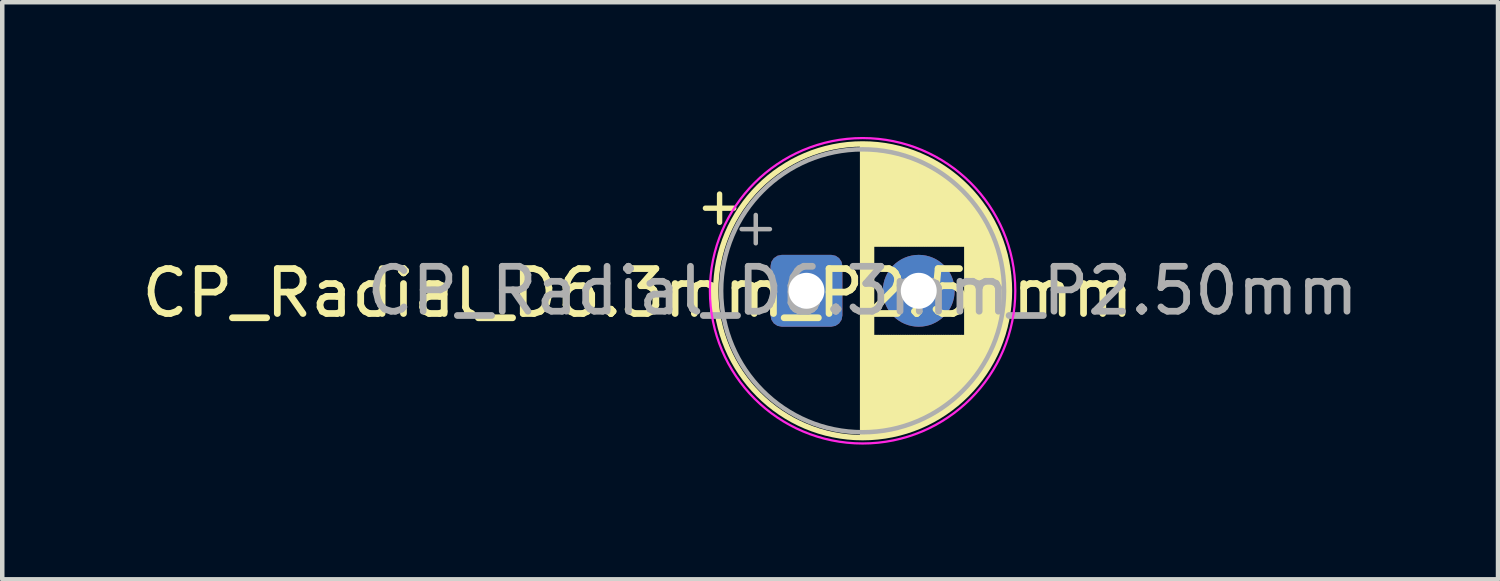
<source format=kicad_pcb>
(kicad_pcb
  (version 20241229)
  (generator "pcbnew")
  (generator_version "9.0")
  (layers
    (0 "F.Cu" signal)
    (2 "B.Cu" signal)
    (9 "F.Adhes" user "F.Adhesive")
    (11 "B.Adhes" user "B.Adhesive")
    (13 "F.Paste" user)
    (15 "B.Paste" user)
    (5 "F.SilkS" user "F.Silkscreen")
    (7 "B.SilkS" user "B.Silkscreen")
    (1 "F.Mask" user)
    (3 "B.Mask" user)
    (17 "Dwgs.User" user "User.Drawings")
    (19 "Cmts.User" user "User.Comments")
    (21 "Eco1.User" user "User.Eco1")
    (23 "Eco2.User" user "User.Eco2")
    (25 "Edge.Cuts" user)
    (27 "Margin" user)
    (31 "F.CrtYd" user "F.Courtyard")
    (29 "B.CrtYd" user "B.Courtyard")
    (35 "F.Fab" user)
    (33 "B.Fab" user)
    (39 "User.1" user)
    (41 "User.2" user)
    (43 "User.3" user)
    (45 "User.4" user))
  (footprint "CP_Radial_D6.3mm_P2.50mm"
    (layer "F.Cu")
    (at 14.908 3.425)
    (property "Reference" "CP_Radial_D6.3mm_P2.50mm" (at -3.759 0.051 0) (layer "F.SilkS") (effects (font (size 1 1) (thickness 0.15))))
    (attr through_hole)
    (fp_line (start -2.25 -1.839) (end -1.62 -1.839) (stroke (width 0.12) (type solid)) (layer "F.SilkS"))
    (fp_line (start -1.935 -2.154) (end -1.935 -1.524) (stroke (width 0.12) (type solid)) (layer "F.SilkS"))
    (fp_line (start 1.25 -3.23) (end 1.25 3.23) (stroke (width 0.12) (type solid)) (layer "F.SilkS"))
    (fp_line (start 1.29 -3.23) (end 1.29 3.23) (stroke (width 0.12) (type solid)) (layer "F.SilkS"))
    (fp_line (start 1.33 -3.229) (end 1.33 3.229) (stroke (width 0.12) (type solid)) (layer "F.SilkS"))
    (fp_line (start 1.37 -3.228) (end 1.37 3.228) (stroke (width 0.12) (type solid)) (layer "F.SilkS"))
    (fp_line (start 1.41 -3.226) (end 1.41 3.226) (stroke (width 0.12) (type solid)) (layer "F.SilkS"))
    (fp_line (start 1.45 -3.224) (end 1.45 3.224) (stroke (width 0.12) (type solid)) (layer "F.SilkS"))
    (fp_line (start 1.49 -3.221) (end 1.49 -1.04) (stroke (width 0.12) (type solid)) (layer "F.SilkS"))
    (fp_line (start 1.49 1.04) (end 1.49 3.221) (stroke (width 0.12) (type solid)) (layer "F.SilkS"))
    (fp_line (start 1.53 -3.218) (end 1.53 -1.04) (stroke (width 0.12) (type solid)) (layer "F.SilkS"))
    (fp_line (start 1.53 1.04) (end 1.53 3.218) (stroke (width 0.12) (type solid)) (layer "F.SilkS"))
    (fp_line (start 1.57 -3.214) (end 1.57 -1.04) (stroke (width 0.12) (type solid)) (layer "F.SilkS"))
    (fp_line (start 1.57 1.04) (end 1.57 3.214) (stroke (width 0.12) (type solid)) (layer "F.SilkS"))
    (fp_line (start 1.61 -3.21) (end 1.61 -1.04) (stroke (width 0.12) (type solid)) (layer "F.SilkS"))
    (fp_line (start 1.61 1.04) (end 1.61 3.21) (stroke (width 0.12) (type solid)) (layer "F.SilkS"))
    (fp_line (start 1.65 -3.205) (end 1.65 -1.04) (stroke (width 0.12) (type solid)) (layer "F.SilkS"))
    (fp_line (start 1.65 1.04) (end 1.65 3.205) (stroke (width 0.12) (type solid)) (layer "F.SilkS"))
    (fp_line (start 1.69 -3.2) (end 1.69 -1.04) (stroke (width 0.12) (type solid)) (layer "F.SilkS"))
    (fp_line (start 1.69 1.04) (end 1.69 3.2) (stroke (width 0.12) (type solid)) (layer "F.SilkS"))
    (fp_line (start 1.73 -3.195) (end 1.73 -1.04) (stroke (width 0.12) (type solid)) (layer "F.SilkS"))
    (fp_line (start 1.73 1.04) (end 1.73 3.195) (stroke (width 0.12) (type solid)) (layer "F.SilkS"))
    (fp_line (start 1.77 -3.188) (end 1.77 -1.04) (stroke (width 0.12) (type solid)) (layer "F.SilkS"))
    (fp_line (start 1.77 1.04) (end 1.77 3.188) (stroke (width 0.12) (type solid)) (layer "F.SilkS"))
    (fp_line (start 1.81 -3.182) (end 1.81 -1.04) (stroke (width 0.12) (type solid)) (layer "F.SilkS"))
    (fp_line (start 1.81 1.04) (end 1.81 3.182) (stroke (width 0.12) (type solid)) (layer "F.SilkS"))
    (fp_line (start 1.85 -3.174) (end 1.85 -1.04) (stroke (width 0.12) (type solid)) (layer "F.SilkS"))
    (fp_line (start 1.85 1.04) (end 1.85 3.174) (stroke (width 0.12) (type solid)) (layer "F.SilkS"))
    (fp_line (start 1.89 -3.167) (end 1.89 -1.04) (stroke (width 0.12) (type solid)) (layer "F.SilkS"))
    (fp_line (start 1.89 1.04) (end 1.89 3.167) (stroke (width 0.12) (type solid)) (layer "F.SilkS"))
    (fp_line (start 1.93 -3.159) (end 1.93 -1.04) (stroke (width 0.12) (type solid)) (layer "F.SilkS"))
    (fp_line (start 1.93 1.04) (end 1.93 3.159) (stroke (width 0.12) (type solid)) (layer "F.SilkS"))
    (fp_line (start 1.97 -3.15) (end 1.97 -1.04) (stroke (width 0.12) (type solid)) (layer "F.SilkS"))
    (fp_line (start 1.97 1.04) (end 1.97 3.15) (stroke (width 0.12) (type solid)) (layer "F.SilkS"))
    (fp_line (start 2.01 -3.14) (end 2.01 -1.04) (stroke (width 0.12) (type solid)) (layer "F.SilkS"))
    (fp_line (start 2.01 1.04) (end 2.01 3.14) (stroke (width 0.12) (type solid)) (layer "F.SilkS"))
    (fp_line (start 2.05 -3.131) (end 2.05 -1.04) (stroke (width 0.12) (type solid)) (layer "F.SilkS"))
    (fp_line (start 2.05 1.04) (end 2.05 3.131) (stroke (width 0.12) (type solid)) (layer "F.SilkS"))
    (fp_line (start 2.09 -3.12) (end 2.09 -1.04) (stroke (width 0.12) (type solid)) (layer "F.SilkS"))
    (fp_line (start 2.09 1.04) (end 2.09 3.12) (stroke (width 0.12) (type solid)) (layer "F.SilkS"))
    (fp_line (start 2.13 -3.109) (end 2.13 -1.04) (stroke (width 0.12) (type solid)) (layer "F.SilkS"))
    (fp_line (start 2.13 1.04) (end 2.13 3.109) (stroke (width 0.12) (type solid)) (layer "F.SilkS"))
    (fp_line (start 2.17 -3.098) (end 2.17 -1.04) (stroke (width 0.12) (type solid)) (layer "F.SilkS"))
    (fp_line (start 2.17 1.04) (end 2.17 3.098) (stroke (width 0.12) (type solid)) (layer "F.SilkS"))
    (fp_line (start 2.21 -3.086) (end 2.21 -1.04) (stroke (width 0.12) (type solid)) (layer "F.SilkS"))
    (fp_line (start 2.21 1.04) (end 2.21 3.086) (stroke (width 0.12) (type solid)) (layer "F.SilkS"))
    (fp_line (start 2.25 -3.073) (end 2.25 -1.04) (stroke (width 0.12) (type solid)) (layer "F.SilkS"))
    (fp_line (start 2.25 1.04) (end 2.25 3.073) (stroke (width 0.12) (type solid)) (layer "F.SilkS"))
    (fp_line (start 2.29 -3.06) (end 2.29 -1.04) (stroke (width 0.12) (type solid)) (layer "F.SilkS"))
    (fp_line (start 2.29 1.04) (end 2.29 3.06) (stroke (width 0.12) (type solid)) (layer "F.SilkS"))
    (fp_line (start 2.33 -3.047) (end 2.33 -1.04) (stroke (width 0.12) (type solid)) (layer "F.SilkS"))
    (fp_line (start 2.33 1.04) (end 2.33 3.047) (stroke (width 0.12) (type solid)) (layer "F.SilkS"))
    (fp_line (start 2.37 -3.032) (end 2.37 -1.04) (stroke (width 0.12) (type solid)) (layer "F.SilkS"))
    (fp_line (start 2.37 1.04) (end 2.37 3.032) (stroke (width 0.12) (type solid)) (layer "F.SilkS"))
    (fp_line (start 2.41 -3.017) (end 2.41 -1.04) (stroke (width 0.12) (type solid)) (layer "F.SilkS"))
    (fp_line (start 2.41 1.04) (end 2.41 3.017) (stroke (width 0.12) (type solid)) (layer "F.SilkS"))
    (fp_line (start 2.45 -3.002) (end 2.45 -1.04) (stroke (width 0.12) (type solid)) (layer "F.SilkS"))
    (fp_line (start 2.45 1.04) (end 2.45 3.002) (stroke (width 0.12) (type solid)) (layer "F.SilkS"))
    (fp_line (start 2.49 -2.986) (end 2.49 -1.04) (stroke (width 0.12) (type solid)) (layer "F.SilkS"))
    (fp_line (start 2.49 1.04) (end 2.49 2.986) (stroke (width 0.12) (type solid)) (layer "F.SilkS"))
    (fp_line (start 2.53 -2.969) (end 2.53 -1.04) (stroke (width 0.12) (type solid)) (layer "F.SilkS"))
    (fp_line (start 2.53 1.04) (end 2.53 2.969) (stroke (width 0.12) (type solid)) (layer "F.SilkS"))
    (fp_line (start 2.57 -2.952) (end 2.57 -1.04) (stroke (width 0.12) (type solid)) (layer "F.SilkS"))
    (fp_line (start 2.57 1.04) (end 2.57 2.952) (stroke (width 0.12) (type solid)) (layer "F.SilkS"))
    (fp_line (start 2.61 -2.934) (end 2.61 -1.04) (stroke (width 0.12) (type solid)) (layer "F.SilkS"))
    (fp_line (start 2.61 1.04) (end 2.61 2.934) (stroke (width 0.12) (type solid)) (layer "F.SilkS"))
    (fp_line (start 2.65 -2.915) (end 2.65 -1.04) (stroke (width 0.12) (type solid)) (layer "F.SilkS"))
    (fp_line (start 2.65 1.04) (end 2.65 2.915) (stroke (width 0.12) (type solid)) (layer "F.SilkS"))
    (fp_line (start 2.69 -2.896) (end 2.69 -1.04) (stroke (width 0.12) (type solid)) (layer "F.SilkS"))
    (fp_line (start 2.69 1.04) (end 2.69 2.896) (stroke (width 0.12) (type solid)) (layer "F.SilkS"))
    (fp_line (start 2.73 -2.876) (end 2.73 -1.04) (stroke (width 0.12) (type solid)) (layer "F.SilkS"))
    (fp_line (start 2.73 1.04) (end 2.73 2.876) (stroke (width 0.12) (type solid)) (layer "F.SilkS"))
    (fp_line (start 2.77 -2.855) (end 2.77 -1.04) (stroke (width 0.12) (type solid)) (layer "F.SilkS"))
    (fp_line (start 2.77 1.04) (end 2.77 2.855) (stroke (width 0.12) (type solid)) (layer "F.SilkS"))
    (fp_line (start 2.81 -2.834) (end 2.81 -1.04) (stroke (width 0.12) (type solid)) (layer "F.SilkS"))
    (fp_line (start 2.81 1.04) (end 2.81 2.834) (stroke (width 0.12) (type solid)) (layer "F.SilkS"))
    (fp_line (start 2.85 -2.812) (end 2.85 -1.04) (stroke (width 0.12) (type solid)) (layer "F.SilkS"))
    (fp_line (start 2.85 1.04) (end 2.85 2.812) (stroke (width 0.12) (type solid)) (layer "F.SilkS"))
    (fp_line (start 2.89 -2.789) (end 2.89 -1.04) (stroke (width 0.12) (type solid)) (layer "F.SilkS"))
    (fp_line (start 2.89 1.04) (end 2.89 2.789) (stroke (width 0.12) (type solid)) (layer "F.SilkS"))
    (fp_line (start 2.93 -2.765) (end 2.93 -1.04) (stroke (width 0.12) (type solid)) (layer "F.SilkS"))
    (fp_line (start 2.93 1.04) (end 2.93 2.765) (stroke (width 0.12) (type solid)) (layer "F.SilkS"))
    (fp_line (start 2.97 -2.741) (end 2.97 -1.04) (stroke (width 0.12) (type solid)) (layer "F.SilkS"))
    (fp_line (start 2.97 1.04) (end 2.97 2.741) (stroke (width 0.12) (type solid)) (layer "F.SilkS"))
    (fp_line (start 3.01 -2.716) (end 3.01 -1.04) (stroke (width 0.12) (type solid)) (layer "F.SilkS"))
    (fp_line (start 3.01 1.04) (end 3.01 2.716) (stroke (width 0.12) (type solid)) (layer "F.SilkS"))
    (fp_line (start 3.05 -2.69) (end 3.05 -1.04) (stroke (width 0.12) (type solid)) (layer "F.SilkS"))
    (fp_line (start 3.05 1.04) (end 3.05 2.69) (stroke (width 0.12) (type solid)) (layer "F.SilkS"))
    (fp_line (start 3.09 -2.663) (end 3.09 -1.04) (stroke (width 0.12) (type solid)) (layer "F.SilkS"))
    (fp_line (start 3.09 1.04) (end 3.09 2.663) (stroke (width 0.12) (type solid)) (layer "F.SilkS"))
    (fp_line (start 3.13 -2.636) (end 3.13 -1.04) (stroke (width 0.12) (type solid)) (layer "F.SilkS"))
    (fp_line (start 3.13 1.04) (end 3.13 2.636) (stroke (width 0.12) (type solid)) (layer "F.SilkS"))
    (fp_line (start 3.17 -2.607) (end 3.17 -1.04) (stroke (width 0.12) (type solid)) (layer "F.SilkS"))
    (fp_line (start 3.17 1.04) (end 3.17 2.607) (stroke (width 0.12) (type solid)) (layer "F.SilkS"))
    (fp_line (start 3.21 -2.577) (end 3.21 -1.04) (stroke (width 0.12) (type solid)) (layer "F.SilkS"))
    (fp_line (start 3.21 1.04) (end 3.21 2.577) (stroke (width 0.12) (type solid)) (layer "F.SilkS"))
    (fp_line (start 3.25 -2.547) (end 3.25 -1.04) (stroke (width 0.12) (type solid)) (layer "F.SilkS"))
    (fp_line (start 3.25 1.04) (end 3.25 2.547) (stroke (width 0.12) (type solid)) (layer "F.SilkS"))
    (fp_line (start 3.29 -2.516) (end 3.29 -1.04) (stroke (width 0.12) (type solid)) (layer "F.SilkS"))
    (fp_line (start 3.29 1.04) (end 3.29 2.516) (stroke (width 0.12) (type solid)) (layer "F.SilkS"))
    (fp_line (start 3.33 -2.483) (end 3.33 -1.04) (stroke (width 0.12) (type solid)) (layer "F.SilkS"))
    (fp_line (start 3.33 1.04) (end 3.33 2.483) (stroke (width 0.12) (type solid)) (layer "F.SilkS"))
    (fp_line (start 3.37 -2.45) (end 3.37 -1.04) (stroke (width 0.12) (type solid)) (layer "F.SilkS"))
    (fp_line (start 3.37 1.04) (end 3.37 2.45) (stroke (width 0.12) (type solid)) (layer "F.SilkS"))
    (fp_line (start 3.41 -2.415) (end 3.41 -1.04) (stroke (width 0.12) (type solid)) (layer "F.SilkS"))
    (fp_line (start 3.41 1.04) (end 3.41 2.415) (stroke (width 0.12) (type solid)) (layer "F.SilkS"))
    (fp_line (start 3.45 -2.379) (end 3.45 -1.04) (stroke (width 0.12) (type solid)) (layer "F.SilkS"))
    (fp_line (start 3.45 1.04) (end 3.45 2.379) (stroke (width 0.12) (type solid)) (layer "F.SilkS"))
    (fp_line (start 3.49 -2.342) (end 3.49 -1.04) (stroke (width 0.12) (type solid)) (layer "F.SilkS"))
    (fp_line (start 3.49 1.04) (end 3.49 2.342) (stroke (width 0.12) (type solid)) (layer "F.SilkS"))
    (fp_line (start 3.53 -2.304) (end 3.53 -1.04) (stroke (width 0.12) (type solid)) (layer "F.SilkS"))
    (fp_line (start 3.53 1.04) (end 3.53 2.304) (stroke (width 0.12) (type solid)) (layer "F.SilkS"))
    (fp_line (start 3.57 -2.264) (end 3.57 2.264) (stroke (width 0.12) (type solid)) (layer "F.SilkS"))
    (fp_line (start 3.61 -2.223) (end 3.61 2.223) (stroke (width 0.12) (type solid)) (layer "F.SilkS"))
    (fp_line (start 3.65 -2.181) (end 3.65 2.181) (stroke (width 0.12) (type solid)) (layer "F.SilkS"))
    (fp_line (start 3.69 -2.137) (end 3.69 2.137) (stroke (width 0.12) (type solid)) (layer "F.SilkS"))
    (fp_line (start 3.73 -2.091) (end 3.73 2.091) (stroke (width 0.12) (type solid)) (layer "F.SilkS"))
    (fp_line (start 3.77 -2.044) (end 3.77 2.044) (stroke (width 0.12) (type solid)) (layer "F.SilkS"))
    (fp_line (start 3.81 -1.995) (end 3.81 1.995) (stroke (width 0.12) (type solid)) (layer "F.SilkS"))
    (fp_line (start 3.85 -1.943) (end 3.85 1.943) (stroke (width 0.12) (type solid)) (layer "F.SilkS"))
    (fp_line (start 3.89 -1.89) (end 3.89 1.89) (stroke (width 0.12) (type solid)) (layer "F.SilkS"))
    (fp_line (start 3.93 -1.834) (end 3.93 1.834) (stroke (width 0.12) (type solid)) (layer "F.SilkS"))
    (fp_line (start 3.97 -1.775) (end 3.97 1.775) (stroke (width 0.12) (type solid)) (layer "F.SilkS"))
    (fp_line (start 4.01 -1.714) (end 4.01 1.714) (stroke (width 0.12) (type solid)) (layer "F.SilkS"))
    (fp_line (start 4.05 -1.649) (end 4.05 1.649) (stroke (width 0.12) (type solid)) (layer "F.SilkS"))
    (fp_line (start 4.09 -1.581) (end 4.09 1.581) (stroke (width 0.12) (type solid)) (layer "F.SilkS"))
    (fp_line (start 4.13 -1.509) (end 4.13 1.509) (stroke (width 0.12) (type solid)) (layer "F.SilkS"))
    (fp_line (start 4.17 -1.432) (end 4.17 1.432) (stroke (width 0.12) (type solid)) (layer "F.SilkS"))
    (fp_line (start 4.21 -1.35) (end 4.21 1.35) (stroke (width 0.12) (type solid)) (layer "F.SilkS"))
    (fp_line (start 4.25 -1.261) (end 4.25 1.261) (stroke (width 0.12) (type solid)) (layer "F.SilkS"))
    (fp_line (start 4.29 -1.165) (end 4.29 1.165) (stroke (width 0.12) (type solid)) (layer "F.SilkS"))
    (fp_line (start 4.33 -1.058) (end 4.33 1.058) (stroke (width 0.12) (type solid)) (layer "F.SilkS"))
    (fp_line (start 4.37 -0.939) (end 4.37 0.939) (stroke (width 0.12) (type solid)) (layer "F.SilkS"))
    (fp_line (start 4.41 -0.801) (end 4.41 0.801) (stroke (width 0.12) (type solid)) (layer "F.SilkS"))
    (fp_line (start 4.45 -0.633) (end 4.45 0.633) (stroke (width 0.12) (type solid)) (layer "F.SilkS"))
    (fp_line (start 4.49 -0.402) (end 4.49 0.402) (stroke (width 0.12) (type solid)) (layer "F.SilkS"))
    (fp_circle (center 1.25 0) (end 4.52 0) (stroke (width 0.12) (type solid)) (fill no) (layer "F.SilkS"))
    (fp_circle (center 1.25 0) (end 4.65 0) (stroke (width 0.05) (type solid)) (fill no) (layer "F.CrtYd"))
    (fp_line (start -1.444 -1.373) (end -0.814 -1.373) (stroke (width 0.1) (type solid)) (layer "F.Fab"))
    (fp_line (start -1.129 -1.688) (end -1.129 -1.058) (stroke (width 0.1) (type solid)) (layer "F.Fab"))
    (fp_circle (center 1.25 0) (end 4.4 0) (stroke (width 0.1) (type solid)) (fill no) (layer "F.Fab"))
    (fp_text user "${REFERENCE}" (at 1.25 0 0) (layer "F.Fab") (effects (font (size 1 1) (thickness 0.15))))
    (pad "1" thru_hole roundrect (at 0 0 180) (size 1.6 1.6) (drill 0.8) (layers "*.Cu" "*.Mask") (roundrect_rratio 0.156))
    (pad "2" thru_hole circle (at 2.5 0 180) (size 1.6 1.6) (drill 0.8) (layers "*.Cu" "*.Mask")))
  (gr_rect
    (start -3 -3)
    (end 30.307 9.85)
    (stroke (width 0.1) (type default))
    (fill no)
    (layer "Edge.Cuts")))
</source>
